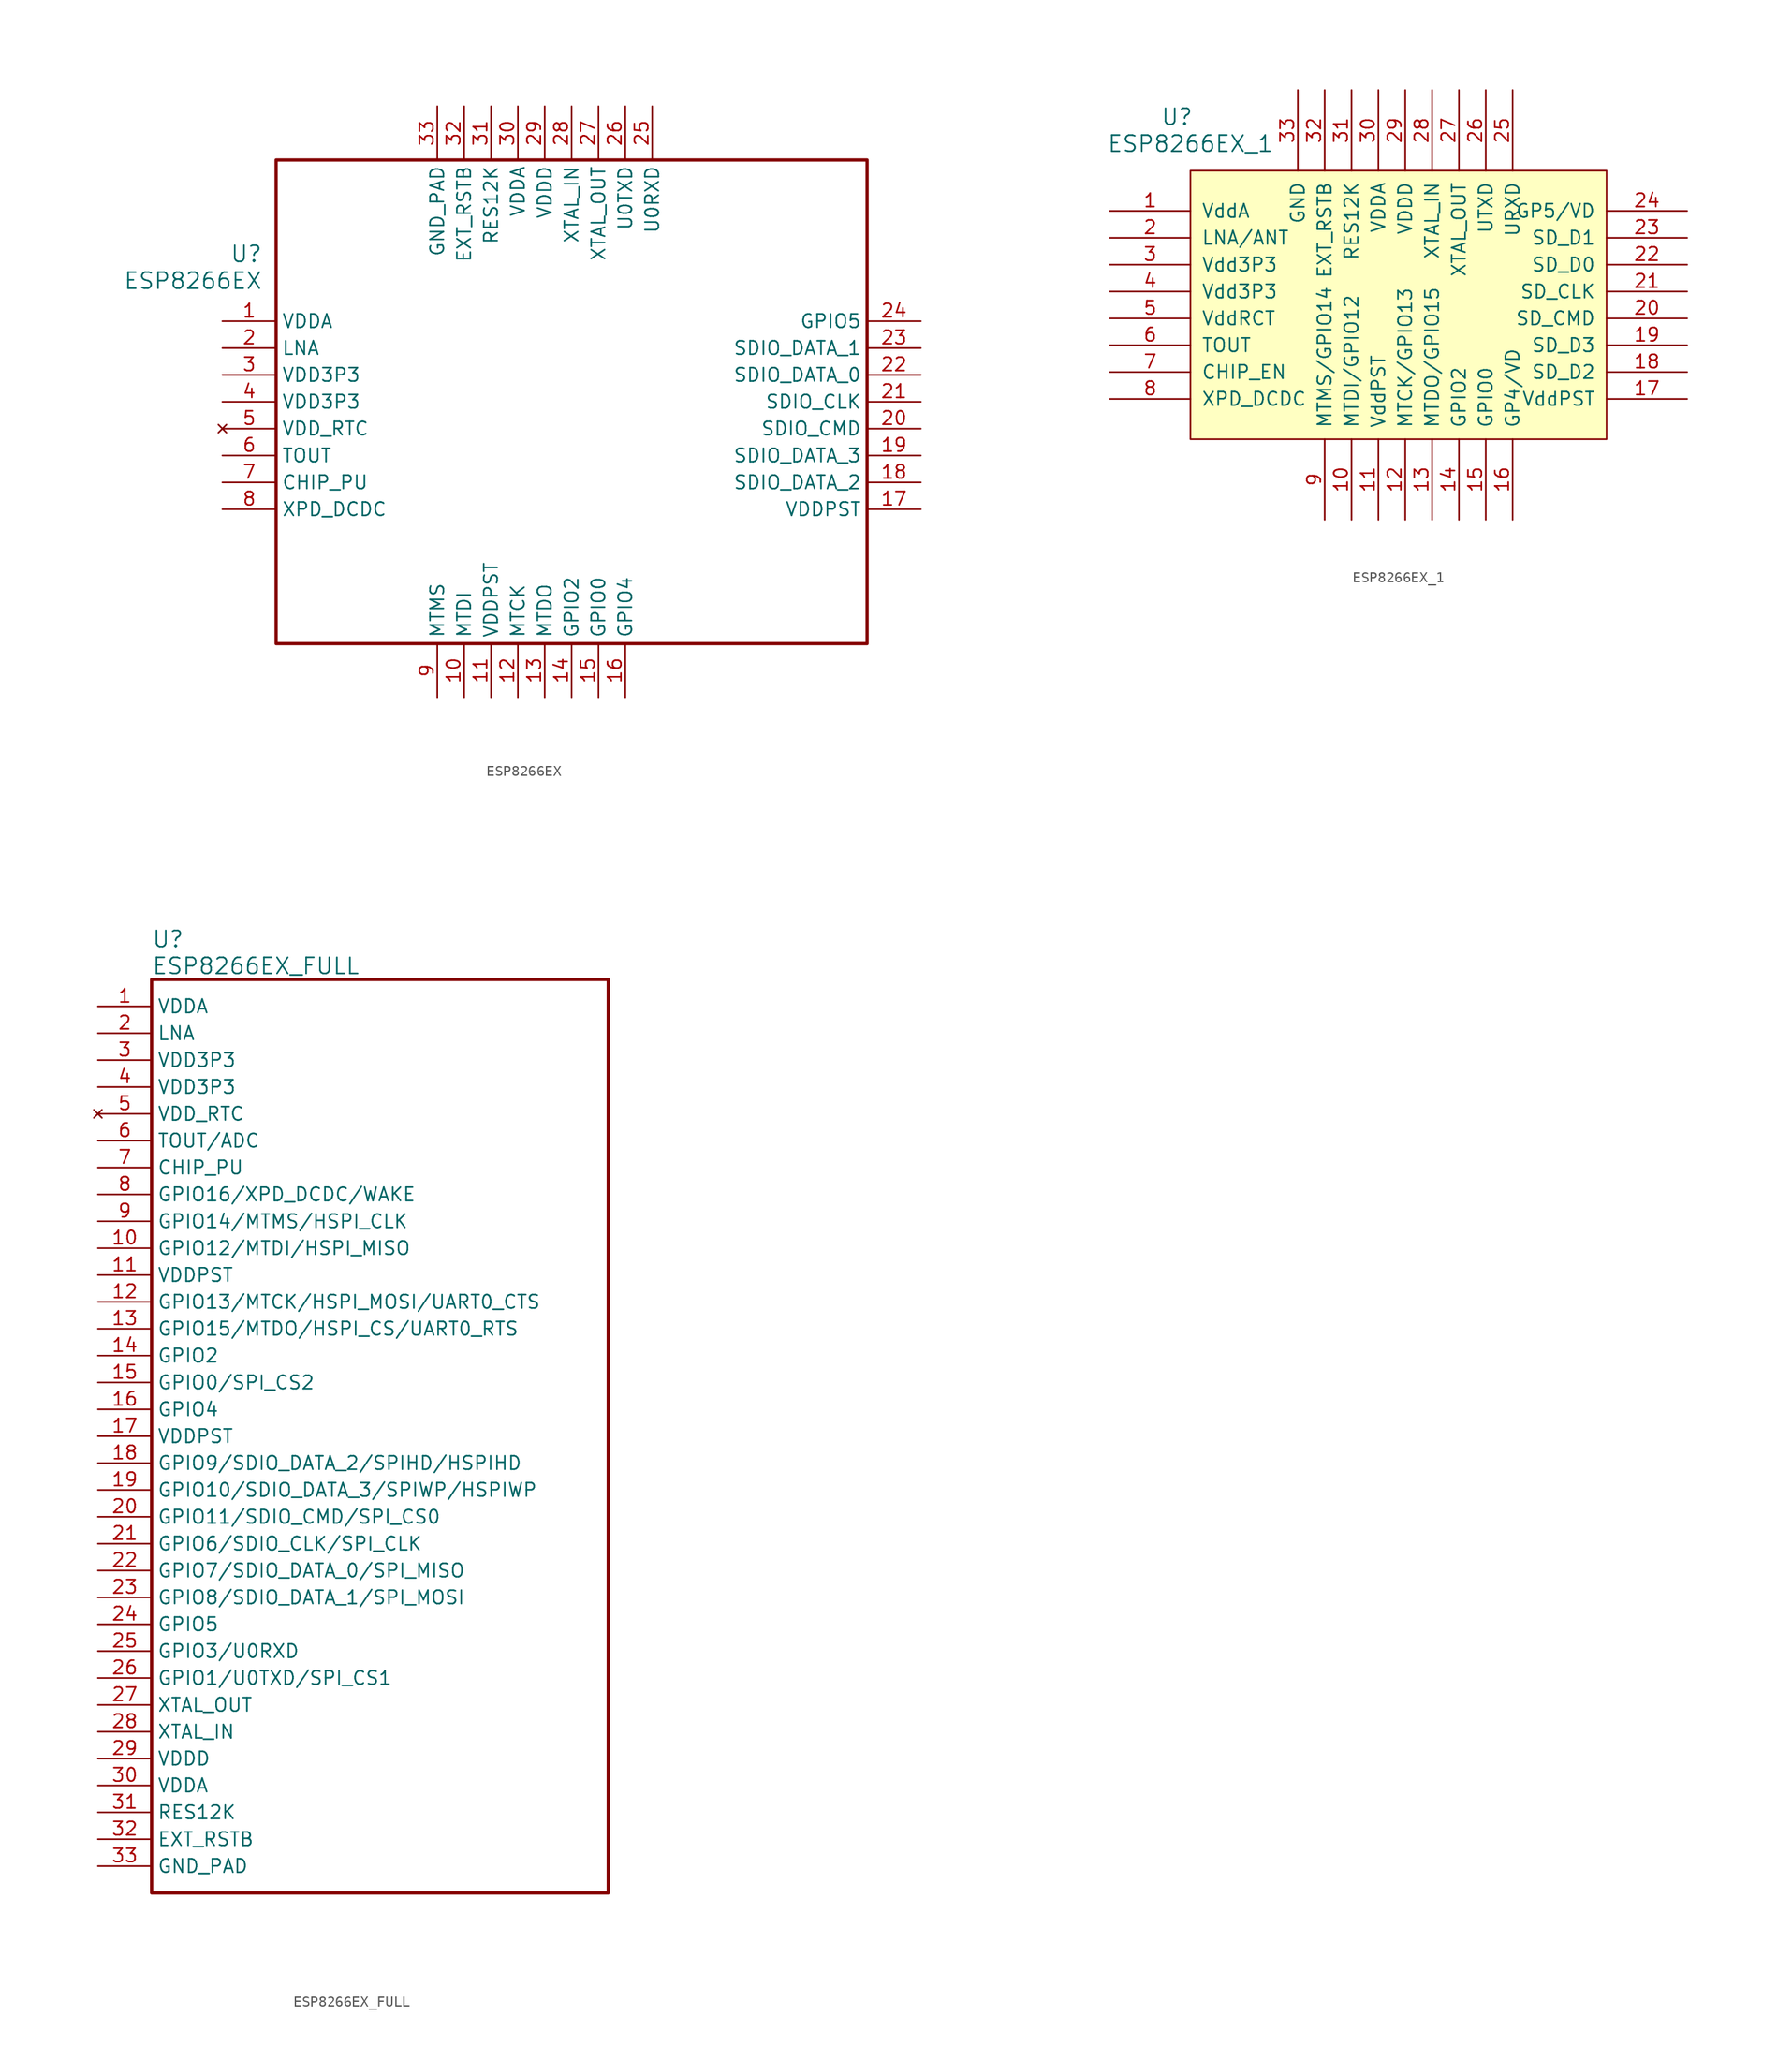
<source format=kicad_sym>
(kicad_symbol_lib
  (version 20201005)
  (generator kicad_symbol_editor)
  (symbol "Zimprich:ESP8266EX"
    (property "Reference" "U"
      (at 3.81 6.35 0)
      (effects (font (size 1.524 1.524)) (justify right)))
    (property "Value" "ESP8266EX"
      (at 3.81 3.81 0)
      (effects (font (size 1.524 1.524)) (justify right)))
    (property "ki_locked" ""
      (at 0 0 0)
      (effects (font (size 1.27 1.27))))
    (symbol "ESP8266EX_1_1"
      (rectangle (start 5.08 15.24) (end 60.96 -30.48) (stroke (width 0.305)) (fill (type none)))
      (pin power_in line (at 0 0 0) (length 5.08) (name "VDDA" (effects (font (size 1.27 1.27)))) (number "1" (effects (font (size 1.27 1.27)))))
      (pin bidirectional line (at 22.86 -35.56 90) (length 5.08) (name "MTDI" (effects (font (size 1.27 1.27)))) (number "10" (effects (font (size 1.27 1.27)))))
      (pin power_in line (at 25.4 -35.56 90) (length 5.08) (name "VDDPST" (effects (font (size 1.27 1.27)))) (number "11" (effects (font (size 1.27 1.27)))))
      (pin bidirectional line (at 27.94 -35.56 90) (length 5.08) (name "MTCK" (effects (font (size 1.27 1.27)))) (number "12" (effects (font (size 1.27 1.27)))))
      (pin bidirectional line (at 30.48 -35.56 90) (length 5.08) (name "MTDO" (effects (font (size 1.27 1.27)))) (number "13" (effects (font (size 1.27 1.27)))))
      (pin bidirectional line (at 33.02 -35.56 90) (length 5.08) (name "GPIO2" (effects (font (size 1.27 1.27)))) (number "14" (effects (font (size 1.27 1.27)))))
      (pin bidirectional line (at 35.56 -35.56 90) (length 5.08) (name "GPIO0" (effects (font (size 1.27 1.27)))) (number "15" (effects (font (size 1.27 1.27)))))
      (pin bidirectional line (at 38.1 -35.56 90) (length 5.08) (name "GPIO4" (effects (font (size 1.27 1.27)))) (number "16" (effects (font (size 1.27 1.27)))))
      (pin power_in line (at 66.04 -17.78 180) (length 5.08) (name "VDDPST" (effects (font (size 1.27 1.27)))) (number "17" (effects (font (size 1.27 1.27)))))
      (pin bidirectional line (at 66.04 -15.24 180) (length 5.08) (name "SDIO_DATA_2" (effects (font (size 1.27 1.27)))) (number "18" (effects (font (size 1.27 1.27)))))
      (pin bidirectional line (at 66.04 -12.7 180) (length 5.08) (name "SDIO_DATA_3" (effects (font (size 1.27 1.27)))) (number "19" (effects (font (size 1.27 1.27)))))
      (pin passive line (at 0 -2.54 0) (length 5.08) (name "LNA" (effects (font (size 1.27 1.27)))) (number "2" (effects (font (size 1.27 1.27)))))
      (pin bidirectional line (at 66.04 -10.16 180) (length 5.08) (name "SDIO_CMD" (effects (font (size 1.27 1.27)))) (number "20" (effects (font (size 1.27 1.27)))))
      (pin bidirectional line (at 66.04 -7.62 180) (length 5.08) (name "SDIO_CLK" (effects (font (size 1.27 1.27)))) (number "21" (effects (font (size 1.27 1.27)))))
      (pin bidirectional line (at 66.04 -5.08 180) (length 5.08) (name "SDIO_DATA_0" (effects (font (size 1.27 1.27)))) (number "22" (effects (font (size 1.27 1.27)))))
      (pin bidirectional line (at 66.04 -2.54 180) (length 5.08) (name "SDIO_DATA_1" (effects (font (size 1.27 1.27)))) (number "23" (effects (font (size 1.27 1.27)))))
      (pin bidirectional line (at 66.04 0 180) (length 5.08) (name "GPIO5" (effects (font (size 1.27 1.27)))) (number "24" (effects (font (size 1.27 1.27)))))
      (pin bidirectional line (at 40.64 20.32 270) (length 5.08) (name "U0RXD" (effects (font (size 1.27 1.27)))) (number "25" (effects (font (size 1.27 1.27)))))
      (pin bidirectional line (at 38.1 20.32 270) (length 5.08) (name "U0TXD" (effects (font (size 1.27 1.27)))) (number "26" (effects (font (size 1.27 1.27)))))
      (pin bidirectional line (at 35.56 20.32 270) (length 5.08) (name "XTAL_OUT" (effects (font (size 1.27 1.27)))) (number "27" (effects (font (size 1.27 1.27)))))
      (pin bidirectional line (at 33.02 20.32 270) (length 5.08) (name "XTAL_IN" (effects (font (size 1.27 1.27)))) (number "28" (effects (font (size 1.27 1.27)))))
      (pin power_in line (at 30.48 20.32 270) (length 5.08) (name "VDDD" (effects (font (size 1.27 1.27)))) (number "29" (effects (font (size 1.27 1.27)))))
      (pin power_in line (at 0 -5.08 0) (length 5.08) (name "VDD3P3" (effects (font (size 1.27 1.27)))) (number "3" (effects (font (size 1.27 1.27)))))
      (pin power_in line (at 27.94 20.32 270) (length 5.08) (name "VDDA" (effects (font (size 1.27 1.27)))) (number "30" (effects (font (size 1.27 1.27)))))
      (pin input line (at 25.4 20.32 270) (length 5.08) (name "RES12K" (effects (font (size 1.27 1.27)))) (number "31" (effects (font (size 1.27 1.27)))))
      (pin input line (at 22.86 20.32 270) (length 5.08) (name "EXT_RSTB" (effects (font (size 1.27 1.27)))) (number "32" (effects (font (size 1.27 1.27)))))
      (pin power_in line (at 20.32 20.32 270) (length 5.08) (name "GND_PAD" (effects (font (size 1.27 1.27)))) (number "33" (effects (font (size 1.27 1.27)))))
      (pin power_in line (at 0 -7.62 0) (length 5.08) (name "VDD3P3" (effects (font (size 1.27 1.27)))) (number "4" (effects (font (size 1.27 1.27)))))
      (pin unconnected line (at 0 -10.16 0) (length 5.08) (name "VDD_RTC" (effects (font (size 1.27 1.27)))) (number "5" (effects (font (size 1.27 1.27)))))
      (pin input line (at 0 -12.7 0) (length 5.08) (name "TOUT" (effects (font (size 1.27 1.27)))) (number "6" (effects (font (size 1.27 1.27)))))
      (pin input line (at 0 -15.24 0) (length 5.08) (name "CHIP_PU" (effects (font (size 1.27 1.27)))) (number "7" (effects (font (size 1.27 1.27)))))
      (pin bidirectional line (at 0 -17.78 0) (length 5.08) (name "XPD_DCDC" (effects (font (size 1.27 1.27)))) (number "8" (effects (font (size 1.27 1.27)))))
      (pin bidirectional line (at 20.32 -35.56 90) (length 5.08) (name "MTMS" (effects (font (size 1.27 1.27)))) (number "9" (effects (font (size 1.27 1.27)))))))
  (symbol "Zimprich:ESP8266EX_1"
    (pin_names
      (offset 1.016))
    (property "Reference" "U"
      (at -22.86 17.78 0)
      (effects (font (size 1.524 1.524))))
    (property "Value" "ESP8266EX_1"
      (at -21.59 15.24 0)
      (effects (font (size 1.524 1.524))))
    (property "Footprint" ""
      (at -22.86 17.78 0)
      (effects (font (size 1.524 1.524))))
    (property "Datasheet" ""
      (at -22.86 17.78 0)
      (effects (font (size 1.524 1.524))))
    (symbol "ESP8266EX_1_0_1"
      (rectangle (start -21.59 12.7) (end 17.78 -12.7) (stroke (width 0)) (fill (type background))))
    (symbol "ESP8266EX_1_1_1"
      (pin input line (at -29.21 8.89 0) (length 7.62) (name "VddA" (effects (font (size 1.27 1.27)))) (number "1" (effects (font (size 1.27 1.27)))))
      (pin input line (at -6.35 -20.32 90) (length 7.62) (name "MTDI/GPIO12" (effects (font (size 1.27 1.27)))) (number "10" (effects (font (size 1.27 1.27)))))
      (pin input line (at -3.81 -20.32 90) (length 7.62) (name "VddPST" (effects (font (size 1.27 1.27)))) (number "11" (effects (font (size 1.27 1.27)))))
      (pin input line (at -1.27 -20.32 90) (length 7.62) (name "MTCK/GPIO13" (effects (font (size 1.27 1.27)))) (number "12" (effects (font (size 1.27 1.27)))))
      (pin input line (at 1.27 -20.32 90) (length 7.62) (name "MTDO/GPIO15" (effects (font (size 1.27 1.27)))) (number "13" (effects (font (size 1.27 1.27)))))
      (pin input line (at 3.81 -20.32 90) (length 7.62) (name "GPIO2" (effects (font (size 1.27 1.27)))) (number "14" (effects (font (size 1.27 1.27)))))
      (pin input line (at 6.35 -20.32 90) (length 7.62) (name "GPIO0" (effects (font (size 1.27 1.27)))) (number "15" (effects (font (size 1.27 1.27)))))
      (pin input line (at 8.89 -20.32 90) (length 7.62) (name "GP4/VD" (effects (font (size 1.27 1.27)))) (number "16" (effects (font (size 1.27 1.27)))))
      (pin input line (at 25.4 -8.89 180) (length 7.62) (name "VddPST" (effects (font (size 1.27 1.27)))) (number "17" (effects (font (size 1.27 1.27)))))
      (pin input line (at 25.4 -6.35 180) (length 7.62) (name "SD_D2" (effects (font (size 1.27 1.27)))) (number "18" (effects (font (size 1.27 1.27)))))
      (pin input line (at 25.4 -3.81 180) (length 7.62) (name "SD_D3" (effects (font (size 1.27 1.27)))) (number "19" (effects (font (size 1.27 1.27)))))
      (pin input line (at -29.21 6.35 0) (length 7.62) (name "LNA/ANT" (effects (font (size 1.27 1.27)))) (number "2" (effects (font (size 1.27 1.27)))))
      (pin input line (at 25.4 -1.27 180) (length 7.62) (name "SD_CMD" (effects (font (size 1.27 1.27)))) (number "20" (effects (font (size 1.27 1.27)))))
      (pin input line (at 25.4 1.27 180) (length 7.62) (name "SD_CLK" (effects (font (size 1.27 1.27)))) (number "21" (effects (font (size 1.27 1.27)))))
      (pin input line (at 25.4 3.81 180) (length 7.62) (name "SD_D0" (effects (font (size 1.27 1.27)))) (number "22" (effects (font (size 1.27 1.27)))))
      (pin input line (at 25.4 6.35 180) (length 7.62) (name "SD_D1" (effects (font (size 1.27 1.27)))) (number "23" (effects (font (size 1.27 1.27)))))
      (pin input line (at 25.4 8.89 180) (length 7.62) (name "GP5/VD" (effects (font (size 1.27 1.27)))) (number "24" (effects (font (size 1.27 1.27)))))
      (pin input line (at 8.89 20.32 270) (length 7.62) (name "URXD" (effects (font (size 1.27 1.27)))) (number "25" (effects (font (size 1.27 1.27)))))
      (pin input line (at 6.35 20.32 270) (length 7.62) (name "UTXD" (effects (font (size 1.27 1.27)))) (number "26" (effects (font (size 1.27 1.27)))))
      (pin input line (at 3.81 20.32 270) (length 7.62) (name "XTAL_OUT" (effects (font (size 1.27 1.27)))) (number "27" (effects (font (size 1.27 1.27)))))
      (pin input line (at 1.27 20.32 270) (length 7.62) (name "XTAL_IN" (effects (font (size 1.27 1.27)))) (number "28" (effects (font (size 1.27 1.27)))))
      (pin input line (at -1.27 20.32 270) (length 7.62) (name "VDDD" (effects (font (size 1.27 1.27)))) (number "29" (effects (font (size 1.27 1.27)))))
      (pin input line (at -29.21 3.81 0) (length 7.62) (name "Vdd3P3" (effects (font (size 1.27 1.27)))) (number "3" (effects (font (size 1.27 1.27)))))
      (pin input line (at -3.81 20.32 270) (length 7.62) (name "VDDA" (effects (font (size 1.27 1.27)))) (number "30" (effects (font (size 1.27 1.27)))))
      (pin input line (at -6.35 20.32 270) (length 7.62) (name "RES12K" (effects (font (size 1.27 1.27)))) (number "31" (effects (font (size 1.27 1.27)))))
      (pin input line (at -8.89 20.32 270) (length 7.62) (name "EXT_RSTB" (effects (font (size 1.27 1.27)))) (number "32" (effects (font (size 1.27 1.27)))))
      (pin input line (at -11.43 20.32 270) (length 7.62) (name "GND" (effects (font (size 1.27 1.27)))) (number "33" (effects (font (size 1.27 1.27)))))
      (pin input line (at -29.21 1.27 0) (length 7.62) (name "Vdd3P3" (effects (font (size 1.27 1.27)))) (number "4" (effects (font (size 1.27 1.27)))))
      (pin input line (at -29.21 -1.27 0) (length 7.62) (name "VddRCT" (effects (font (size 1.27 1.27)))) (number "5" (effects (font (size 1.27 1.27)))))
      (pin input line (at -29.21 -3.81 0) (length 7.62) (name "TOUT" (effects (font (size 1.27 1.27)))) (number "6" (effects (font (size 1.27 1.27)))))
      (pin input line (at -29.21 -6.35 0) (length 7.62) (name "CHIP_EN" (effects (font (size 1.27 1.27)))) (number "7" (effects (font (size 1.27 1.27)))))
      (pin input line (at -29.21 -8.89 0) (length 7.62) (name "XPD_DCDC" (effects (font (size 1.27 1.27)))) (number "8" (effects (font (size 1.27 1.27)))))
      (pin input line (at -8.89 -20.32 90) (length 7.62) (name "MTMS/GPIO14" (effects (font (size 1.27 1.27)))) (number "9" (effects (font (size 1.27 1.27)))))))
  (symbol "Zimprich:ESP8266EX_FULL"
    (property "Reference" "U"
      (at 5.08 6.35 0)
      (effects (font (size 1.524 1.524)) (justify left)))
    (property "Value" "ESP8266EX_FULL"
      (at 5.08 3.81 0)
      (effects (font (size 1.524 1.524)) (justify left)))
    (property "ki_locked" ""
      (at 0 0 0)
      (effects (font (size 1.27 1.27))))
    (symbol "ESP8266EX_FULL_1_1"
      (rectangle (start 5.08 2.54) (end 48.26 -83.82) (stroke (width 0.305)) (fill (type none)))
      (pin power_in line (at 0 0 0) (length 5.08) (name "VDDA" (effects (font (size 1.27 1.27)))) (number "1" (effects (font (size 1.27 1.27)))))
      (pin bidirectional line (at 0 -22.86 0) (length 5.08) (name "GPIO12/MTDI/HSPI_MISO" (effects (font (size 1.27 1.27)))) (number "10" (effects (font (size 1.27 1.27)))))
      (pin power_in line (at 0 -25.4 0) (length 5.08) (name "VDDPST" (effects (font (size 1.27 1.27)))) (number "11" (effects (font (size 1.27 1.27)))))
      (pin bidirectional line (at 0 -27.94 0) (length 5.08) (name "GPIO13/MTCK/HSPI_MOSI/UART0_CTS" (effects (font (size 1.27 1.27)))) (number "12" (effects (font (size 1.27 1.27)))))
      (pin bidirectional line (at 0 -30.48 0) (length 5.08) (name "GPIO15/MTDO/HSPI_CS/UART0_RTS" (effects (font (size 1.27 1.27)))) (number "13" (effects (font (size 1.27 1.27)))))
      (pin bidirectional line (at 0 -33.02 0) (length 5.08) (name "GPIO2" (effects (font (size 1.27 1.27)))) (number "14" (effects (font (size 1.27 1.27)))))
      (pin bidirectional line (at 0 -35.56 0) (length 5.08) (name "GPIO0/SPI_CS2" (effects (font (size 1.27 1.27)))) (number "15" (effects (font (size 1.27 1.27)))))
      (pin bidirectional line (at 0 -38.1 0) (length 5.08) (name "GPIO4" (effects (font (size 1.27 1.27)))) (number "16" (effects (font (size 1.27 1.27)))))
      (pin power_in line (at 0 -40.64 0) (length 5.08) (name "VDDPST" (effects (font (size 1.27 1.27)))) (number "17" (effects (font (size 1.27 1.27)))))
      (pin bidirectional line (at 0 -43.18 0) (length 5.08) (name "GPIO9/SDIO_DATA_2/SPIHD/HSPIHD" (effects (font (size 1.27 1.27)))) (number "18" (effects (font (size 1.27 1.27)))))
      (pin bidirectional line (at 0 -45.72 0) (length 5.08) (name "GPIO10/SDIO_DATA_3/SPIWP/HSPIWP" (effects (font (size 1.27 1.27)))) (number "19" (effects (font (size 1.27 1.27)))))
      (pin passive line (at 0 -2.54 0) (length 5.08) (name "LNA" (effects (font (size 1.27 1.27)))) (number "2" (effects (font (size 1.27 1.27)))))
      (pin bidirectional line (at 0 -48.26 0) (length 5.08) (name "GPIO11/SDIO_CMD/SPI_CS0" (effects (font (size 1.27 1.27)))) (number "20" (effects (font (size 1.27 1.27)))))
      (pin bidirectional line (at 0 -50.8 0) (length 5.08) (name "GPIO6/SDIO_CLK/SPI_CLK" (effects (font (size 1.27 1.27)))) (number "21" (effects (font (size 1.27 1.27)))))
      (pin bidirectional line (at 0 -53.34 0) (length 5.08) (name "GPIO7/SDIO_DATA_0/SPI_MISO" (effects (font (size 1.27 1.27)))) (number "22" (effects (font (size 1.27 1.27)))))
      (pin bidirectional line (at 0 -55.88 0) (length 5.08) (name "GPIO8/SDIO_DATA_1/SPI_MOSI" (effects (font (size 1.27 1.27)))) (number "23" (effects (font (size 1.27 1.27)))))
      (pin bidirectional line (at 0 -58.42 0) (length 5.08) (name "GPIO5" (effects (font (size 1.27 1.27)))) (number "24" (effects (font (size 1.27 1.27)))))
      (pin bidirectional line (at 0 -60.96 0) (length 5.08) (name "GPIO3/U0RXD" (effects (font (size 1.27 1.27)))) (number "25" (effects (font (size 1.27 1.27)))))
      (pin bidirectional line (at 0 -63.5 0) (length 5.08) (name "GPIO1/U0TXD/SPI_CS1" (effects (font (size 1.27 1.27)))) (number "26" (effects (font (size 1.27 1.27)))))
      (pin bidirectional line (at 0 -66.04 0) (length 5.08) (name "XTAL_OUT" (effects (font (size 1.27 1.27)))) (number "27" (effects (font (size 1.27 1.27)))))
      (pin bidirectional line (at 0 -68.58 0) (length 5.08) (name "XTAL_IN" (effects (font (size 1.27 1.27)))) (number "28" (effects (font (size 1.27 1.27)))))
      (pin power_in line (at 0 -71.12 0) (length 5.08) (name "VDDD" (effects (font (size 1.27 1.27)))) (number "29" (effects (font (size 1.27 1.27)))))
      (pin power_in line (at 0 -5.08 0) (length 5.08) (name "VDD3P3" (effects (font (size 1.27 1.27)))) (number "3" (effects (font (size 1.27 1.27)))))
      (pin power_in line (at 0 -73.66 0) (length 5.08) (name "VDDA" (effects (font (size 1.27 1.27)))) (number "30" (effects (font (size 1.27 1.27)))))
      (pin input line (at 0 -76.2 0) (length 5.08) (name "RES12K" (effects (font (size 1.27 1.27)))) (number "31" (effects (font (size 1.27 1.27)))))
      (pin input line (at 0 -78.74 0) (length 5.08) (name "EXT_RSTB" (effects (font (size 1.27 1.27)))) (number "32" (effects (font (size 1.27 1.27)))))
      (pin power_in line (at 0 -81.28 0) (length 5.08) (name "GND_PAD" (effects (font (size 1.27 1.27)))) (number "33" (effects (font (size 1.27 1.27)))))
      (pin power_in line (at 0 -7.62 0) (length 5.08) (name "VDD3P3" (effects (font (size 1.27 1.27)))) (number "4" (effects (font (size 1.27 1.27)))))
      (pin unconnected line (at 0 -10.16 0) (length 5.08) (name "VDD_RTC" (effects (font (size 1.27 1.27)))) (number "5" (effects (font (size 1.27 1.27)))))
      (pin input line (at 0 -12.7 0) (length 5.08) (name "TOUT/ADC" (effects (font (size 1.27 1.27)))) (number "6" (effects (font (size 1.27 1.27)))))
      (pin input line (at 0 -15.24 0) (length 5.08) (name "CHIP_PU" (effects (font (size 1.27 1.27)))) (number "7" (effects (font (size 1.27 1.27)))))
      (pin bidirectional line (at 0 -17.78 0) (length 5.08) (name "GPIO16/XPD_DCDC/WAKE" (effects (font (size 1.27 1.27)))) (number "8" (effects (font (size 1.27 1.27)))))
      (pin bidirectional line (at 0 -20.32 0) (length 5.08) (name "GPIO14/MTMS/HSPI_CLK" (effects (font (size 1.27 1.27)))) (number "9" (effects (font (size 1.27 1.27))))))))
</source>
